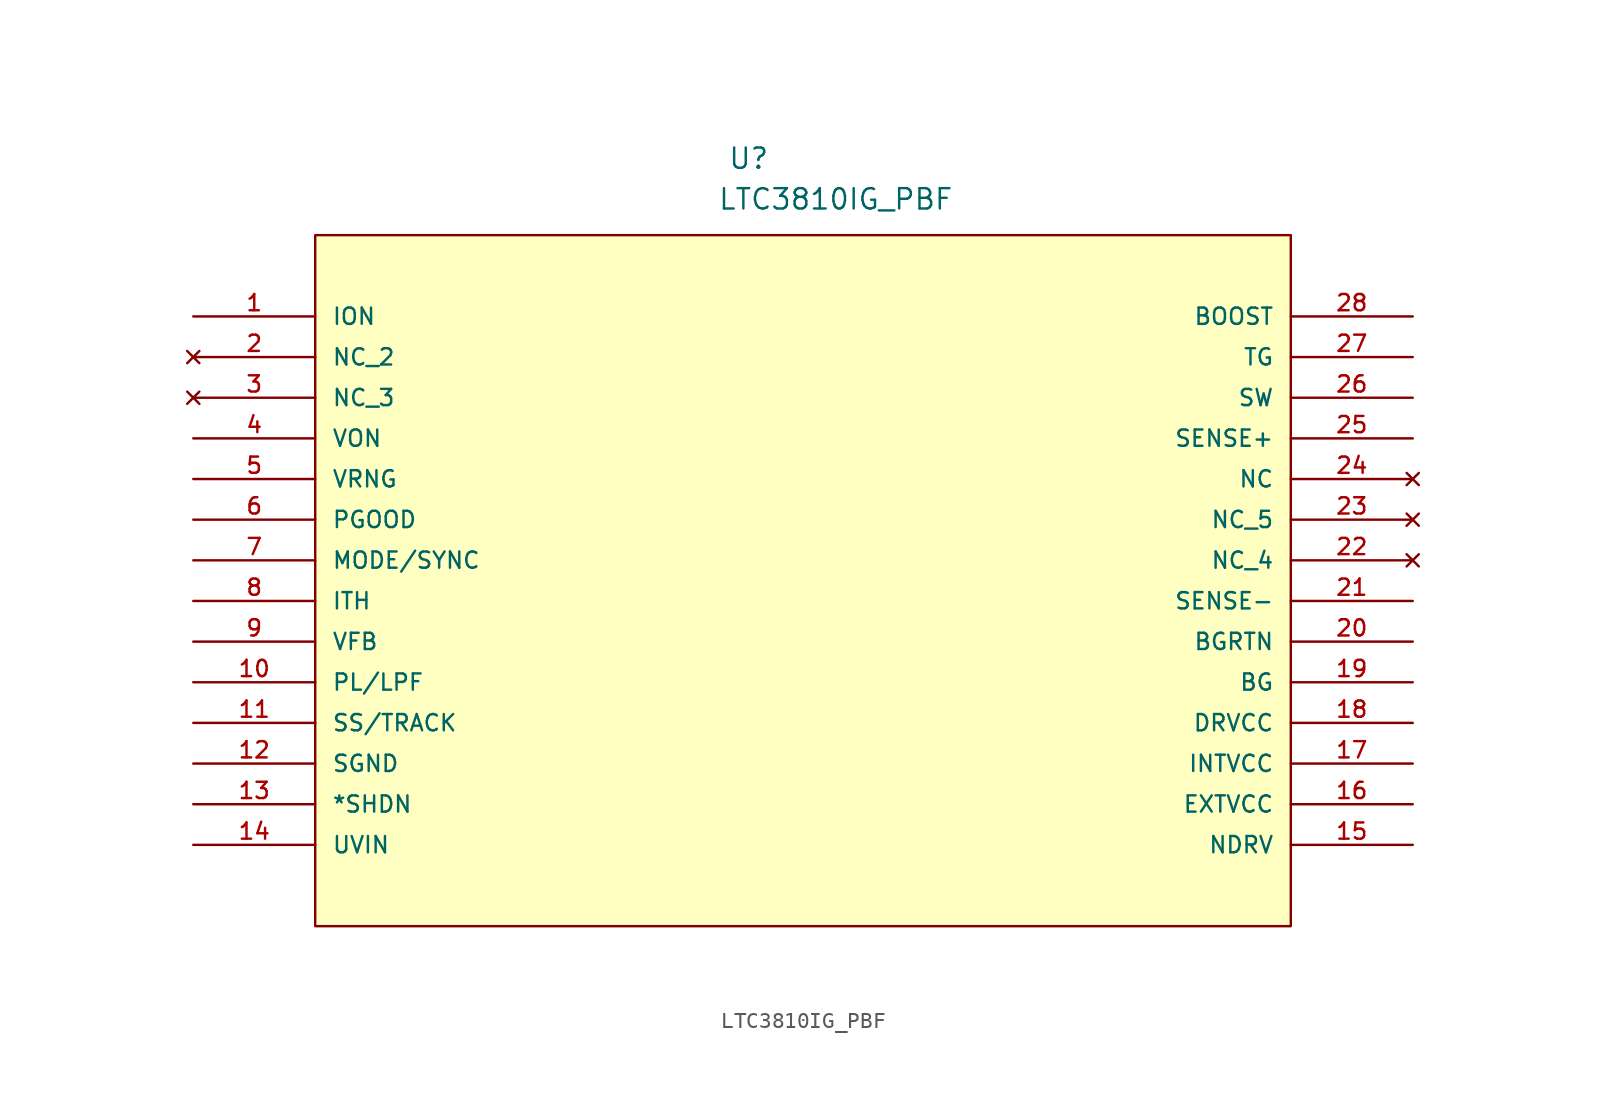
<source format=kicad_sym>
(kicad_symbol_lib
  (version 20211014)
  (generator kicad_symbol_editor)
  (symbol "LTC3810IG_PBF"
    (pin_names
      (offset 1.016))
    (property "Reference" "U"
      (at 33.395 9.124 0.0)
      (effects (font (size 1.27 1.27)) (justify bottom left)))
    (property "Value" "LTC3810IG_PBF"
      (at 32.761 6.583 0.0)
      (effects (font (size 1.27 1.27)) (justify bottom left)))
    (symbol "LTC3810IG_PBF_0_0"
      (rectangle (start 7.62 -38.1) (end 68.58 5.08) (stroke (width 0.152)) (fill (type background)))
      (pin input line (at 0.0 0.0 0) (length 7.62) (name "ION" (effects (font (size 1.016 1.016)))) (number "1" (effects (font (size 1.016 1.016)))))
      (pin no_connect line (at 0.0 -2.54 0) (length 7.62) (name "NC_2" (effects (font (size 1.016 1.016)))) (number "2" (effects (font (size 1.016 1.016)))))
      (pin no_connect line (at 0.0 -5.08 0) (length 7.62) (name "NC_3" (effects (font (size 1.016 1.016)))) (number "3" (effects (font (size 1.016 1.016)))))
      (pin input line (at 0.0 -7.62 0) (length 7.62) (name "VON" (effects (font (size 1.016 1.016)))) (number "4" (effects (font (size 1.016 1.016)))))
      (pin output line (at 0.0 -10.16 0) (length 7.62) (name "VRNG" (effects (font (size 1.016 1.016)))) (number "5" (effects (font (size 1.016 1.016)))))
      (pin output line (at 0.0 -12.7 0) (length 7.62) (name "PGOOD" (effects (font (size 1.016 1.016)))) (number "6" (effects (font (size 1.016 1.016)))))
      (pin input line (at 0.0 -15.24 0) (length 7.62) (name "MODE/SYNC" (effects (font (size 1.016 1.016)))) (number "7" (effects (font (size 1.016 1.016)))))
      (pin passive line (at 0.0 -17.78 0) (length 7.62) (name "ITH" (effects (font (size 1.016 1.016)))) (number "8" (effects (font (size 1.016 1.016)))))
      (pin input line (at 0.0 -20.32 0) (length 7.62) (name "VFB" (effects (font (size 1.016 1.016)))) (number "9" (effects (font (size 1.016 1.016)))))
      (pin passive line (at 0.0 -22.86 0) (length 7.62) (name "PL/LPF" (effects (font (size 1.016 1.016)))) (number "10" (effects (font (size 1.016 1.016)))))
      (pin input line (at 0.0 -25.4 0) (length 7.62) (name "SS/TRACK" (effects (font (size 1.016 1.016)))) (number "11" (effects (font (size 1.016 1.016)))))
      (pin power_in line (at 0.0 -27.94 0) (length 7.62) (name "SGND" (effects (font (size 1.016 1.016)))) (number "12" (effects (font (size 1.016 1.016)))))
      (pin passive line (at 0.0 -30.48 0) (length 7.62) (name "*SHDN" (effects (font (size 1.016 1.016)))) (number "13" (effects (font (size 1.016 1.016)))))
      (pin input line (at 0.0 -33.02 0) (length 7.62) (name "UVIN" (effects (font (size 1.016 1.016)))) (number "14" (effects (font (size 1.016 1.016)))))
      (pin output line (at 76.2 -33.02 180.0) (length 7.62) (name "NDRV" (effects (font (size 1.016 1.016)))) (number "15" (effects (font (size 1.016 1.016)))))
      (pin power_in line (at 76.2 -30.48 180.0) (length 7.62) (name "EXTVCC" (effects (font (size 1.016 1.016)))) (number "16" (effects (font (size 1.016 1.016)))))
      (pin power_in line (at 76.2 -27.94 180.0) (length 7.62) (name "INTVCC" (effects (font (size 1.016 1.016)))) (number "17" (effects (font (size 1.016 1.016)))))
      (pin power_in line (at 76.2 -25.4 180.0) (length 7.62) (name "DRVCC" (effects (font (size 1.016 1.016)))) (number "18" (effects (font (size 1.016 1.016)))))
      (pin passive line (at 76.2 -22.86 180.0) (length 7.62) (name "BG" (effects (font (size 1.016 1.016)))) (number "19" (effects (font (size 1.016 1.016)))))
      (pin passive line (at 76.2 -20.32 180.0) (length 7.62) (name "BGRTN" (effects (font (size 1.016 1.016)))) (number "20" (effects (font (size 1.016 1.016)))))
      (pin input line (at 76.2 -17.78 180.0) (length 7.62) (name "SENSE-" (effects (font (size 1.016 1.016)))) (number "21" (effects (font (size 1.016 1.016)))))
      (pin no_connect line (at 76.2 -15.24 180.0) (length 7.62) (name "NC_4" (effects (font (size 1.016 1.016)))) (number "22" (effects (font (size 1.016 1.016)))))
      (pin no_connect line (at 76.2 -12.7 180.0) (length 7.62) (name "NC_5" (effects (font (size 1.016 1.016)))) (number "23" (effects (font (size 1.016 1.016)))))
      (pin no_connect line (at 76.2 -10.16 180.0) (length 7.62) (name "NC" (effects (font (size 1.016 1.016)))) (number "24" (effects (font (size 1.016 1.016)))))
      (pin input line (at 76.2 -7.62 180.0) (length 7.62) (name "SENSE+" (effects (font (size 1.016 1.016)))) (number "25" (effects (font (size 1.016 1.016)))))
      (pin passive line (at 76.2 -5.08 180.0) (length 7.62) (name "SW" (effects (font (size 1.016 1.016)))) (number "26" (effects (font (size 1.016 1.016)))))
      (pin passive line (at 76.2 -2.54 180.0) (length 7.62) (name "TG" (effects (font (size 1.016 1.016)))) (number "27" (effects (font (size 1.016 1.016)))))
      (pin passive line (at 76.2 0.0 180.0) (length 7.62) (name "BOOST" (effects (font (size 1.016 1.016)))) (number "28" (effects (font (size 1.016 1.016))))))))
</source>
